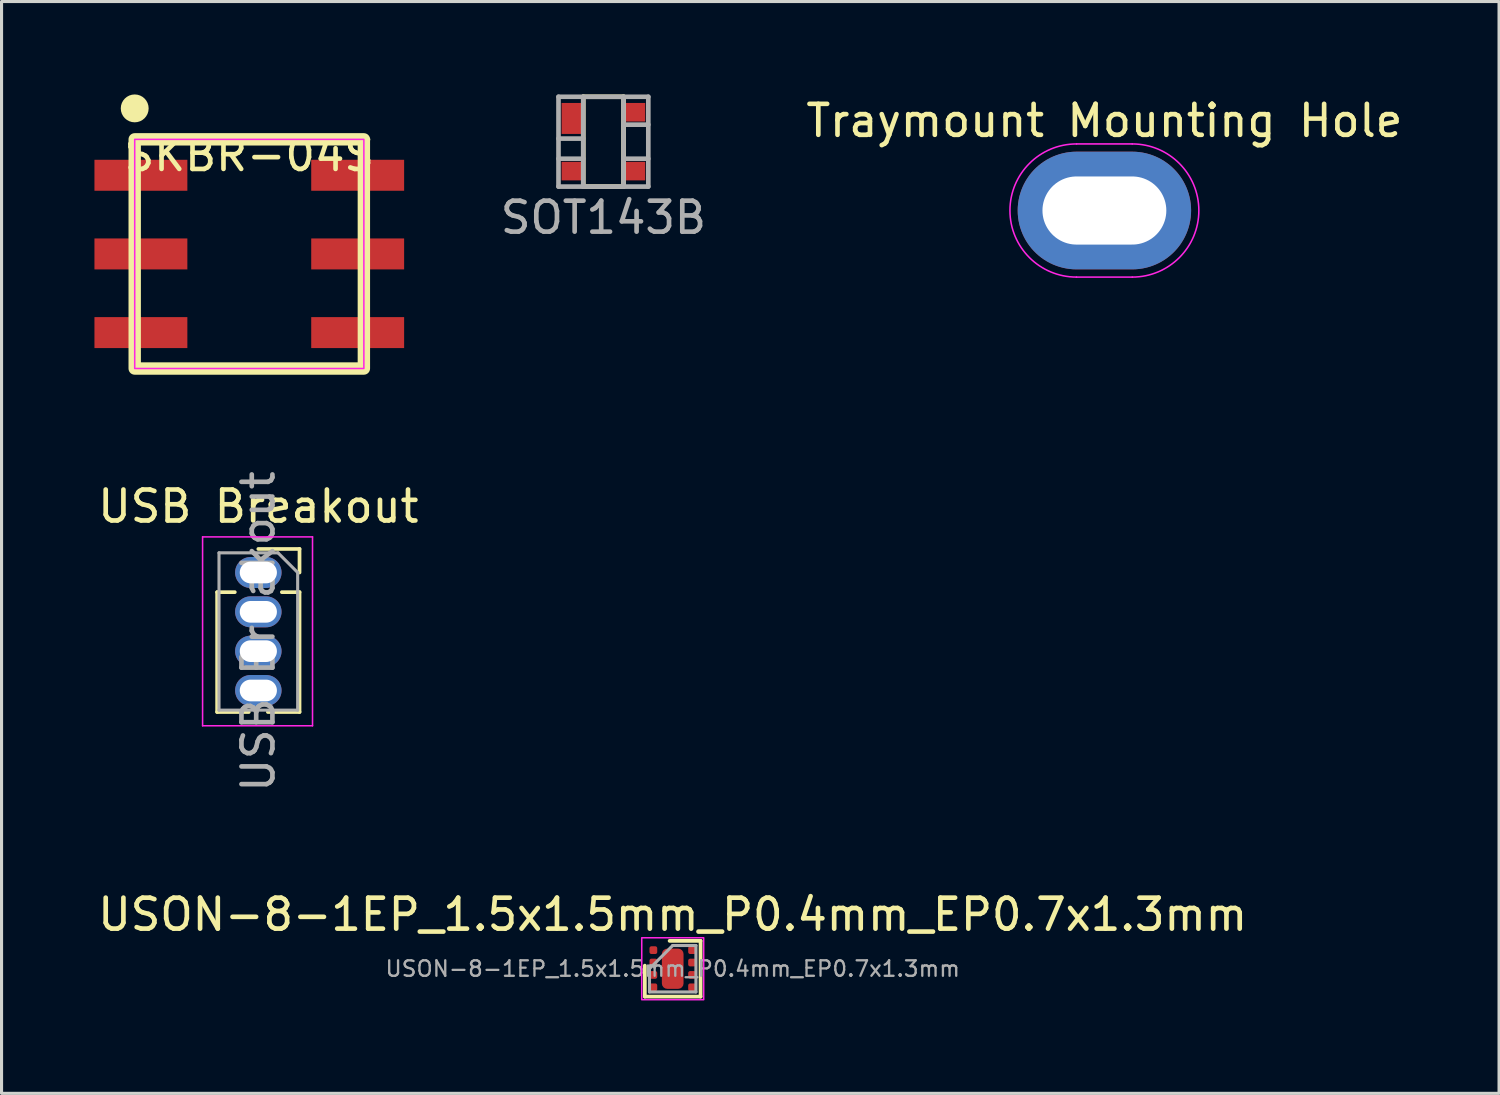
<source format=kicad_pcb>
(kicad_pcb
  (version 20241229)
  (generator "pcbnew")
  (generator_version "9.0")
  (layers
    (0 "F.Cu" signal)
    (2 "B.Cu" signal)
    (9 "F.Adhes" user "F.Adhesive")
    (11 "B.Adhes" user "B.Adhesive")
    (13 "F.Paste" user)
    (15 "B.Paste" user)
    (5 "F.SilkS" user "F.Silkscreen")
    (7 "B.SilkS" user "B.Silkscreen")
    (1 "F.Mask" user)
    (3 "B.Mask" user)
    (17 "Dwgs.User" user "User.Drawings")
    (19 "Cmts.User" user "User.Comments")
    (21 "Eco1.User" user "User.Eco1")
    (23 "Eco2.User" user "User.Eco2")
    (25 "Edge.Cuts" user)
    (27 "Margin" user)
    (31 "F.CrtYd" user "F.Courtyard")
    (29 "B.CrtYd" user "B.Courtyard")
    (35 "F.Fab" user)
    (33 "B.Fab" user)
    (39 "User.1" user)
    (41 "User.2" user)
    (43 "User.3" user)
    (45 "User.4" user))
  (footprint "USON-8-1EP_1.5x1.5mm_P0.4mm_EP0.7x1.3mm"
    (layer "F.Cu")
    (at 18.673 28.232)
    (property "Reference" "USON-8-1EP_1.5x1.5mm_P0.4mm_EP0.7x1.3mm" (at 0 -1.75 0) (unlocked yes) (layer "F.SilkS") (effects (font (size 1 1) (thickness 0.15))))
    (attr smd)
    (fp_line (start -0.9 0.9) (end -0.9 -0.1) (stroke (width 0.12) (type solid)) (layer "F.SilkS"))
    (fp_line (start -0.9 0.9) (end 0.9 0.9) (stroke (width 0.12) (type solid)) (layer "F.SilkS"))
    (fp_line (start -0.1 -0.9) (end 0.9 -0.9) (stroke (width 0.12) (type solid)) (layer "F.SilkS"))
    (fp_line (start 0.9 0.9) (end 0.9 -0.9) (stroke (width 0.12) (type solid)) (layer "F.SilkS"))
    (fp_rect (start -1 -1) (end 1 1) (stroke (width 0.05) (type solid)) (fill no) (layer "F.CrtYd"))
    (fp_line (start -0.75 0) (end 0 -0.75) (stroke (width 0.1) (type solid)) (layer "F.Fab"))
    (fp_line (start -0.75 0.75) (end -0.75 0) (stroke (width 0.1) (type solid)) (layer "F.Fab"))
    (fp_line (start 0 -0.75) (end 0.75 -0.75) (stroke (width 0.1) (type solid)) (layer "F.Fab"))
    (fp_line (start 0.75 -0.75) (end 0.75 0.75) (stroke (width 0.1) (type solid)) (layer "F.Fab"))
    (fp_line (start 0.75 0.75) (end -0.75 0.75) (stroke (width 0.1) (type solid)) (layer "F.Fab"))
    (fp_text user "${REFERENCE}" (at 0 0 0) (unlocked yes) (layer "F.Fab") (effects (font (size 0.5 0.5) (thickness 0.075))))
    (pad "1" smd roundrect (at -0.625 -0.6) (size 0.25 0.25) (layers "F.Cu" "F.Mask" "F.Paste") (roundrect_rratio 0.25))
    (pad "2" smd roundrect (at -0.625 -0.2) (size 0.25 0.25) (layers "F.Cu" "F.Mask" "F.Paste") (roundrect_rratio 0.25))
    (pad "3" smd roundrect (at -0.625 0.2) (size 0.25 0.25) (layers "F.Cu" "F.Mask" "F.Paste") (roundrect_rratio 0.25))
    (pad "4" smd roundrect (at -0.625 0.6) (size 0.25 0.25) (layers "F.Cu" "F.Mask" "F.Paste") (roundrect_rratio 0.25))
    (pad "4" smd roundrect (at 0 0) (size 0.7 1.3) (layers "F.Cu" "F.Mask" "F.Paste") (roundrect_rratio 0.25))
    (pad "5" smd roundrect (at 0.625 0.6) (size 0.25 0.25) (layers "F.Cu" "F.Mask" "F.Paste") (roundrect_rratio 0.25))
    (pad "6" smd roundrect (at 0.625 0.2) (size 0.25 0.25) (layers "F.Cu" "F.Mask" "F.Paste") (roundrect_rratio 0.25))
    (pad "7" smd roundrect (at 0.625 -0.2) (size 0.25 0.25) (layers "F.Cu" "F.Mask" "F.Paste") (roundrect_rratio 0.25))
    (pad "8" smd roundrect (at 0.625 -0.6) (size 0.25 0.25) (layers "F.Cu" "F.Mask" "F.Paste") (roundrect_rratio 0.25)))
  (footprint "SOT143B"
    (layer "F.Cu")
    (at 16.435 1.525)
    (property "Reference" "SOT143B" (at 0 2.45 0) (layer "F.Fab") (effects (font (size 1 1) (thickness 0.15))))
    (attr smd)
    (fp_line (start -0.65 -1.45) (end -0.65 1.45) (stroke (width 0.15) (type solid)) (layer "F.SilkS"))
    (fp_line (start -0.65 1.45) (end 0.65 1.45) (stroke (width 0.15) (type solid)) (layer "F.SilkS"))
    (fp_line (start 0.65 -1.45) (end -0.65 -1.45) (stroke (width 0.15) (type solid)) (layer "F.SilkS"))
    (fp_line (start 0.65 -1.45) (end 0.65 1.45) (stroke (width 0.15) (type solid)) (layer "F.SilkS"))
    (fp_line (start -1.45 -1.45) (end 1.45 -1.45) (stroke (width 0.15) (type solid)) (layer "F.Fab"))
    (fp_line (start -1.45 0.55) (end -0.65 0.55) (stroke (width 0.15) (type solid)) (layer "F.Fab"))
    (fp_line (start -1.45 1.45) (end -1.45 -1.45) (stroke (width 0.15) (type solid)) (layer "F.Fab"))
    (fp_line (start -0.65 -0.1) (end -1.45 -0.1) (stroke (width 0.15) (type solid)) (layer "F.Fab"))
    (fp_line (start -0.65 1.45) (end -0.65 -1.45) (stroke (width 0.15) (type solid)) (layer "F.Fab"))
    (fp_line (start 0.65 -1.45) (end 0.65 1.45) (stroke (width 0.15) (type solid)) (layer "F.Fab"))
    (fp_line (start 0.65 -0.55) (end 1.45 -0.55) (stroke (width 0.15) (type solid)) (layer "F.Fab"))
    (fp_line (start 1.45 -1.45) (end 1.45 1.45) (stroke (width 0.15) (type solid)) (layer "F.Fab"))
    (fp_line (start 1.45 0.55) (end 0.65 0.55) (stroke (width 0.15) (type solid)) (layer "F.Fab"))
    (fp_line (start 1.45 1.45) (end -1.45 1.45) (stroke (width 0.15) (type solid)) (layer "F.Fab"))
    (pad "1" smd rect (at -1 -0.75 270) (size 1 0.7) (layers "F.Cu" "F.Mask" "F.Paste"))
    (pad "2" smd rect (at -1 0.95 270) (size 0.6 0.7) (layers "F.Cu" "F.Mask" "F.Paste"))
    (pad "3" smd rect (at 1 0.95 270) (size 0.6 0.7) (layers "F.Cu" "F.Mask" "F.Paste"))
    (pad "4" smd rect (at 1 -0.95 270) (size 0.6 0.7) (layers "F.Cu" "F.Mask" "F.Paste")))
  (footprint "Traymount Mounting Hole"
    (layer "F.Cu")
    (at 32.613 3.748)
    (property "Reference" "Traymount Mounting Hole" (at 0 -2.9 0) (layer "F.SilkS") (effects (font (size 1 1) (thickness 0.15))))
    (attr exclude_from_pos_files exclude_from_bom)
    (fp_line (start -0.9 -2.15) (end 0.9 -2.15) (stroke (width 0.05) (type default)) (layer "F.CrtYd"))
    (fp_line (start -0.9 2.15) (end 0.9 2.15) (stroke (width 0.05) (type default)) (layer "F.CrtYd"))
    (fp_arc (start -0.9 2.15) (mid -3.05 0) (end -0.9 -2.15) (stroke (width 0.05) (type default)) (layer "F.CrtYd"))
    (fp_arc (start 0.9 -2.15) (mid 3.05 0) (end 0.9 2.15) (stroke (width 0.05) (type default)) (layer "F.CrtYd"))
    (pad "1" thru_hole oval (at 0 0) (size 5.6 3.8) (drill oval 4 2.2) (layers "*.Cu" "*.Mask")))
  (footprint "SKBR-04S"
    (layer "F.Cu")
    (at 5 5.15)
    (property "Reference" "SKBR-04S" (at 0 -3.2 0) (layer "F.SilkS") (effects (font (size 1 1) (thickness 0.15))))
    (attr smd)
    (fp_rect (start -3.7 -3.7) (end 3.7 3.7) (stroke (width 0.4) (type default)) (fill no) (layer "F.SilkS"))
    (fp_circle (center -3.7 -4.7) (end -3.3 -4.7) (stroke (width 0.1) (type solid)) (fill yes) (layer "F.SilkS"))
    (fp_rect (start -3.7 -3.7) (end 3.7 3.7) (stroke (width 0.05) (type default)) (fill no) (layer "F.CrtYd"))
    (pad "1" smd rect (at -3.5 0) (size 3 1) (layers "F.Cu" "F.Mask" "F.Paste"))
    (pad "1" smd rect (at 3.5 0) (size 3 1) (layers "F.Cu" "F.Mask" "F.Paste"))
    (pad "2" smd rect (at -3.5 2.54) (size 3 1) (layers "F.Cu" "F.Mask" "F.Paste"))
    (pad "3" smd rect (at 3.5 -2.54) (size 3 1) (layers "F.Cu" "F.Mask" "F.Paste"))
    (pad "4" smd rect (at -3.5 -2.54) (size 3 1) (layers "F.Cu" "F.Mask" "F.Paste"))
    (pad "4" smd rect (at 3.5 2.54) (size 3 1) (layers "F.Cu" "F.Mask" "F.Paste")))
  (footprint "USB Breakout"
    (layer "F.Cu")
    (at 5.292 15.437)
    (property "Reference" "USB Breakout" (at 0 -2.135 180) (layer "F.SilkS") (effects (font (size 1 1) (thickness 0.15))))
    (attr through_hole)
    (fp_line (start -1.33 0.635) (end -1.33 4.505) (stroke (width 0.12) (type solid)) (layer "F.SilkS"))
    (fp_line (start -1.33 0.635) (end -0.76 0.635) (stroke (width 0.12) (type solid)) (layer "F.SilkS"))
    (fp_line (start -1.33 4.505) (end -0.308 4.505) (stroke (width 0.12) (type solid)) (layer "F.SilkS"))
    (fp_line (start 0 -0.76) (end 1.33 -0.76) (stroke (width 0.12) (type solid)) (layer "F.SilkS"))
    (fp_line (start 0.308 4.505) (end 1.33 4.505) (stroke (width 0.12) (type solid)) (layer "F.SilkS"))
    (fp_line (start 0.76 0.635) (end 1.33 0.635) (stroke (width 0.12) (type solid)) (layer "F.SilkS"))
    (fp_line (start 1.33 -0.76) (end 1.33 0) (stroke (width 0.12) (type solid)) (layer "F.SilkS"))
    (fp_line (start 1.33 0.635) (end 1.33 4.505) (stroke (width 0.12) (type solid)) (layer "F.SilkS"))
    (fp_line (start -1.8 -1.15) (end 1.75 -1.15) (stroke (width 0.05) (type solid)) (layer "F.CrtYd"))
    (fp_line (start -1.8 4.95) (end -1.8 -1.15) (stroke (width 0.05) (type solid)) (layer "F.CrtYd"))
    (fp_line (start 1.75 -1.15) (end 1.75 4.95) (stroke (width 0.05) (type solid)) (layer "F.CrtYd"))
    (fp_line (start 1.75 4.95) (end -1.8 4.95) (stroke (width 0.05) (type solid)) (layer "F.CrtYd"))
    (fp_line (start -1.27 -0.635) (end 0.635 -0.635) (stroke (width 0.1) (type solid)) (layer "F.Fab"))
    (fp_line (start -1.27 4.445) (end -1.27 -0.635) (stroke (width 0.1) (type solid)) (layer "F.Fab"))
    (fp_line (start 0.635 -0.635) (end 1.27 0) (stroke (width 0.1) (type solid)) (layer "F.Fab"))
    (fp_line (start 1.27 0) (end 1.27 4.445) (stroke (width 0.1) (type solid)) (layer "F.Fab"))
    (fp_line (start 1.27 4.445) (end -1.27 4.445) (stroke (width 0.1) (type solid)) (layer "F.Fab"))
    (fp_text user "${REFERENCE}" (at 0 1.905 90) (layer "F.Fab") (effects (font (size 1 1) (thickness 0.15))))
    (pad "1" thru_hole oval (at 0 0) (size 1.5 1) (drill oval 1.2 0.7) (layers "*.Cu" "*.Mask"))
    (pad "2" thru_hole oval (at 0 1.27) (size 1.5 1) (drill oval 1.2 0.7) (layers "*.Cu" "*.Mask"))
    (pad "3" thru_hole oval (at 0 2.54) (size 1.5 1) (drill oval 1.2 0.7) (layers "*.Cu" "*.Mask"))
    (pad "4" thru_hole oval (at 0 3.81) (size 1.5 1) (drill oval 1.2 0.7) (layers "*.Cu" "*.Mask")))
  (gr_rect
    (start -3 -3)
    (end 45.357 32.257)
    (stroke (width 0.1) (type default))
    (fill no)
    (layer "Edge.Cuts")))
</source>
